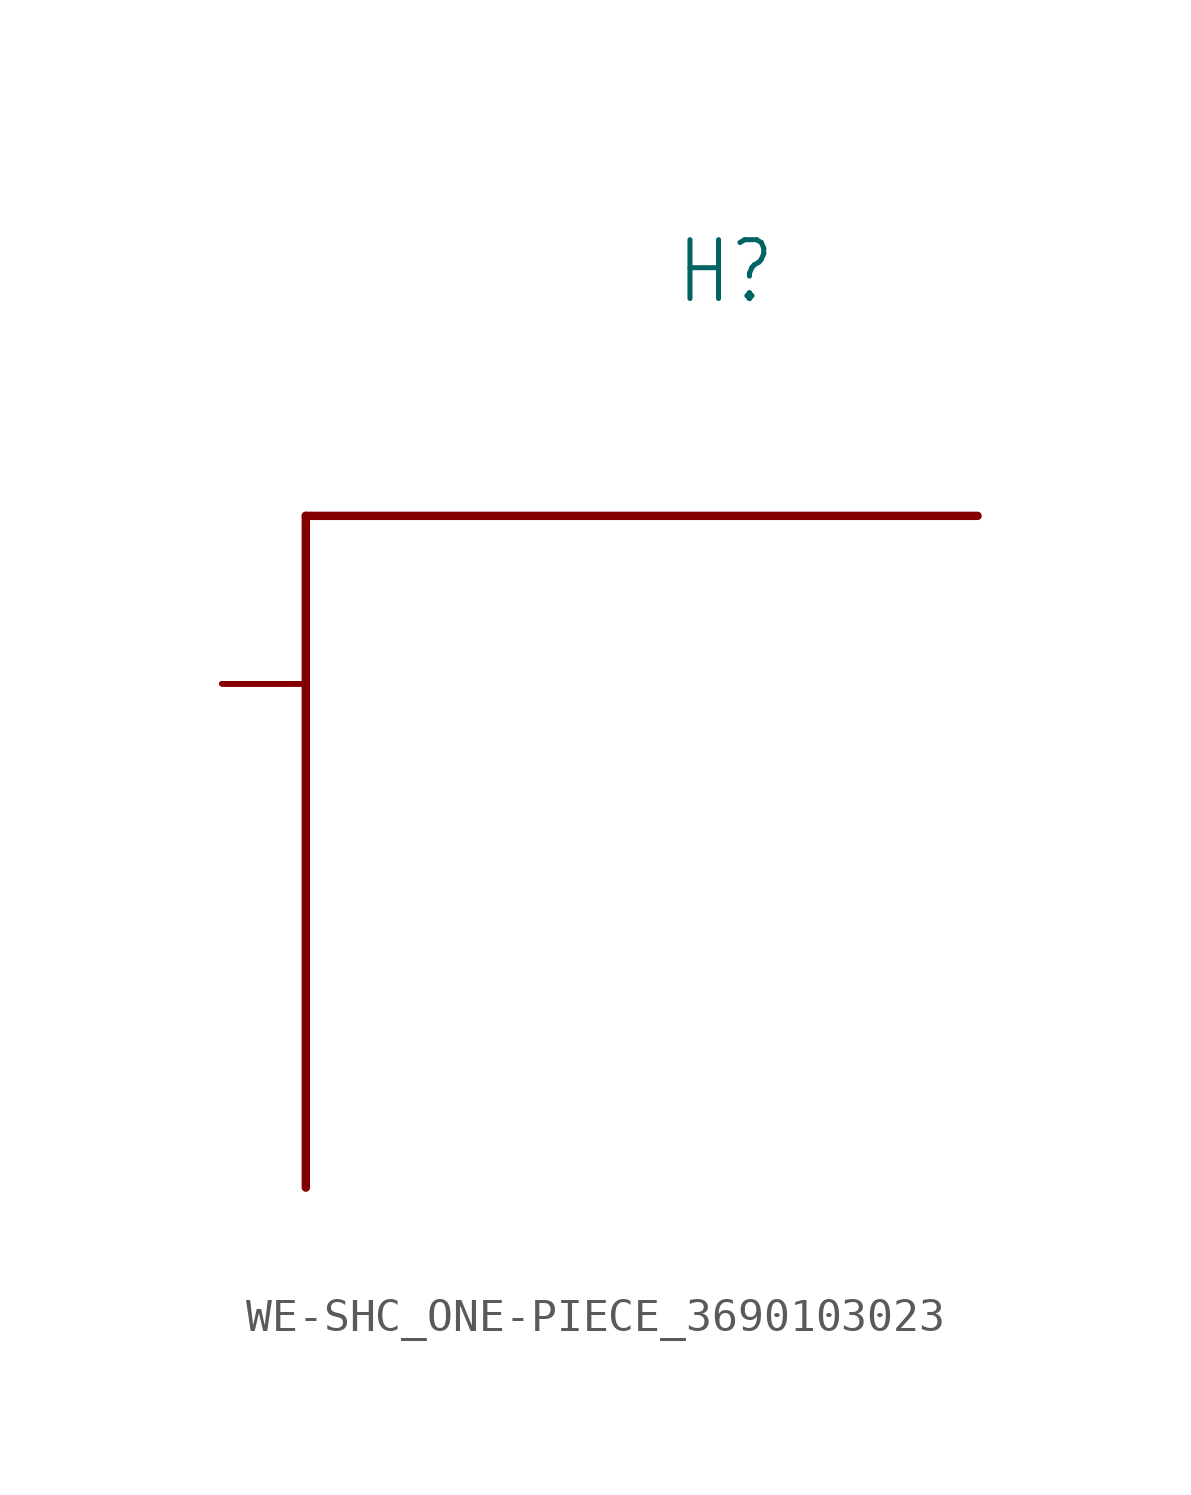
<source format=kicad_sym>
(kicad_symbol_lib
  (version 20231120)
  (generator "kicad_symbol_editor")
  (generator_version "8.0")
  (symbol "WE-SHC_ONE-PIECE_3690103023"
    (property "Reference" "H"
      (at 5.08 13.97 0)
      (effects (font (size 1.778 1.511)) (justify bottom)))
    (property "Value" ""
      (at 0 10.16 0)
      (effects (font (size 1.778 1.511)) (justify left bottom)))
    (property "ki_locked" ""
      (at 0 0 0)
      (effects (font (size 1.27 1.27))))
    (symbol "WE-SHC_ONE-PIECE_3690103023_1_0"
      (polyline (pts (xy -7.62 7.62) (xy -7.62 -12.7)) (stroke (width 0.254) (type solid)) (fill (type none)))
      (polyline (pts (xy 12.7 7.62) (xy -7.62 7.62)) (stroke (width 0.254) (type solid)) (fill (type none)))
      (pin power_in line (at -10.16 2.54 0) (length 2.54) (name "GND" (effects (font (size 0 0)))) (number "1" (effects (font (size 0 0)))))
      (pin power_in line (at -10.16 2.54 0) (length 2.54) (name "GND" (effects (font (size 0 0)))) (number "2" (effects (font (size 0 0)))))
      (pin power_in line (at -10.16 2.54 0) (length 2.54) (name "GND" (effects (font (size 0 0)))) (number "3" (effects (font (size 0 0)))))
      (pin power_in line (at -10.16 2.54 0) (length 2.54) (name "GND" (effects (font (size 0 0)))) (number "4" (effects (font (size 0 0)))))
      (pin power_in line (at -10.16 2.54 0) (length 2.54) (name "GND" (effects (font (size 0 0)))) (number "5" (effects (font (size 0 0)))))
      (pin power_in line (at -10.16 2.54 0) (length 2.54) (name "GND" (effects (font (size 0 0)))) (number "6" (effects (font (size 0 0))))))))
</source>
